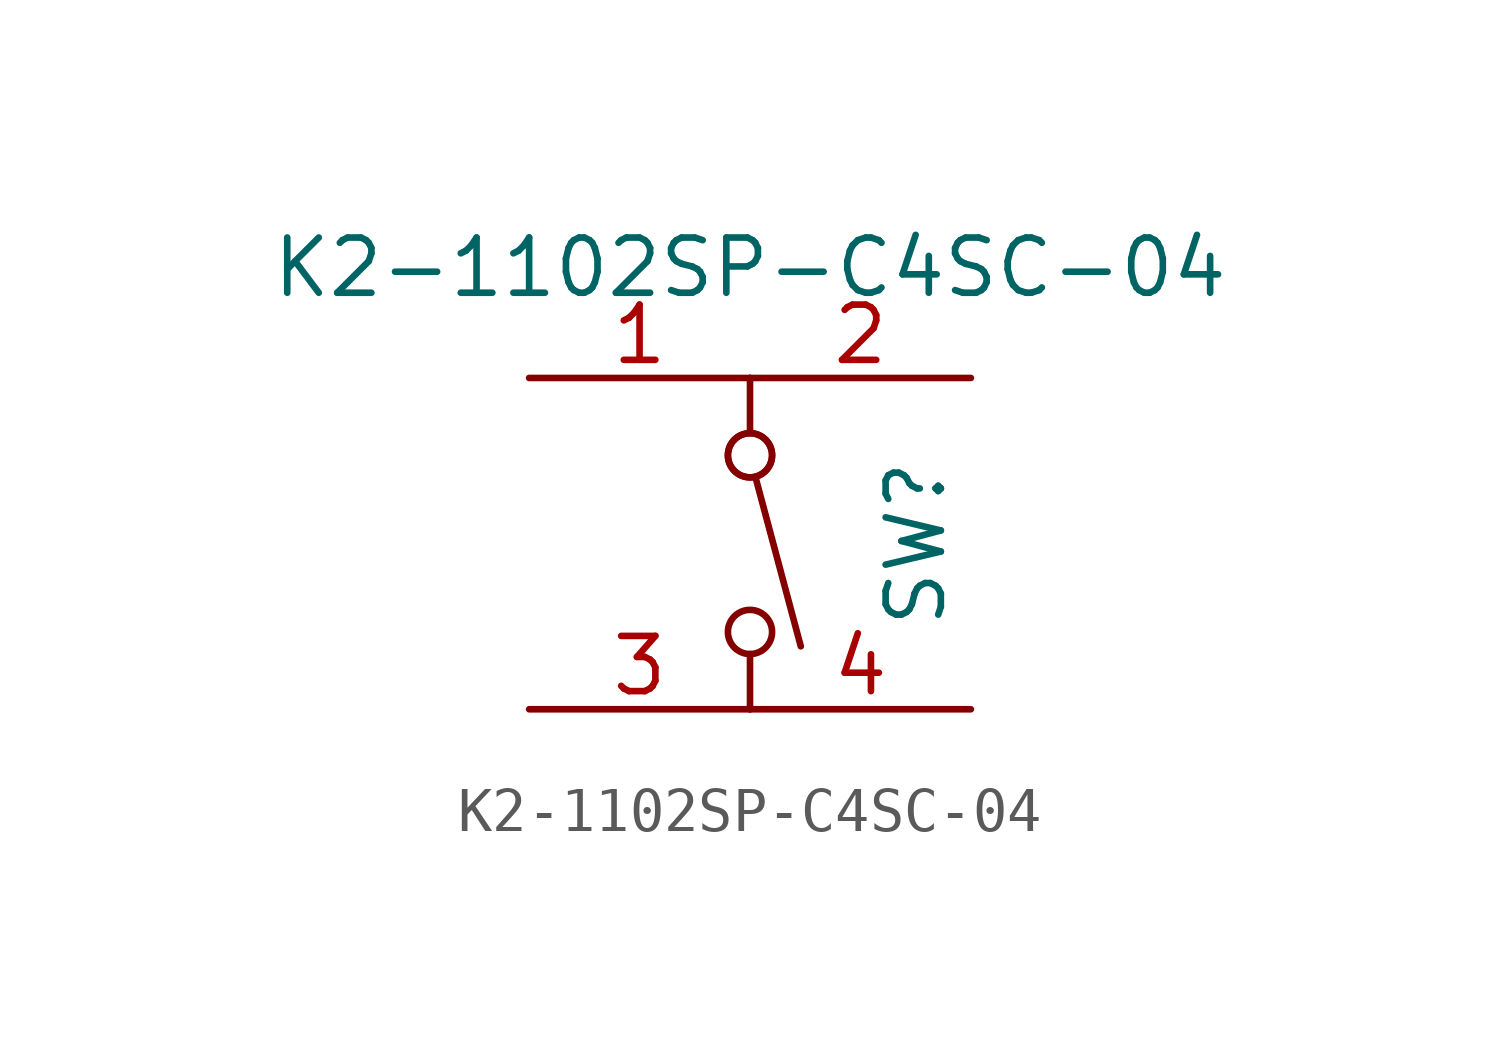
<source format=kicad_sym>
(kicad_symbol_lib
  (version 20211014)
  (generator kicad_symbol_editor)
  (symbol "K2-1102SP-C4SC-04"
    (pin_names
      (offset 0) hide)
    (property "Reference" "SW"
      (at 3.81 0 90)
      (effects (font (size 1.27 1.27))))
    (property "Value" "K2-1102SP-C4SC-04"
      (at 0 6.35 0)
      (effects (font (size 1.27 1.27))))
    (symbol "K2-1102SP-C4SC-04_0_0"
      (circle (center 0 -2.032) (radius 0.508) (stroke (width 0) (type default) (color 0 0 0 0)) (fill (type none)))
      (polyline (pts (xy 0.127 1.524) (xy 1.168 -2.362)) (stroke (width 0) (type default) (color 0 0 0 0)) (fill (type none)))
      (circle (center 0 2.032) (radius 0.508) (stroke (width 0) (type default) (color 0 0 0 0)) (fill (type none)))
      (circle (center 0 2.032) (radius 0.508) (stroke (width 0) (type default) (color 0 0 0 0)) (fill (type none))))
    (symbol "K2-1102SP-C4SC-04_0_1"
      (polyline (pts (xy 0 -2.54) (xy 0 -3.81)) (stroke (width 0) (type default) (color 0 0 0 0)) (fill (type none)))
      (polyline (pts (xy 0 3.81) (xy 0 2.54)) (stroke (width 0) (type default) (color 0 0 0 0)) (fill (type none))))
    (symbol "K2-1102SP-C4SC-04_1_1"
      (pin passive line (at -5.08 3.81 0) (length 5.08) (name "~" (effects (font (size 1.27 1.27)))) (number "1" (effects (font (size 1.27 1.27)))))
      (pin passive line (at 5.08 3.81 180) (length 5.08) (name "~" (effects (font (size 1.27 1.27)))) (number "2" (effects (font (size 1.27 1.27)))))
      (pin passive line (at -5.08 -3.81 0) (length 5.08) (name "~" (effects (font (size 1.27 1.27)))) (number "3" (effects (font (size 1.27 1.27)))))
      (pin passive line (at 5.08 -3.81 180) (length 5.08) (name "~" (effects (font (size 1.27 1.27)))) (number "4" (effects (font (size 1.27 1.27))))))))
</source>
